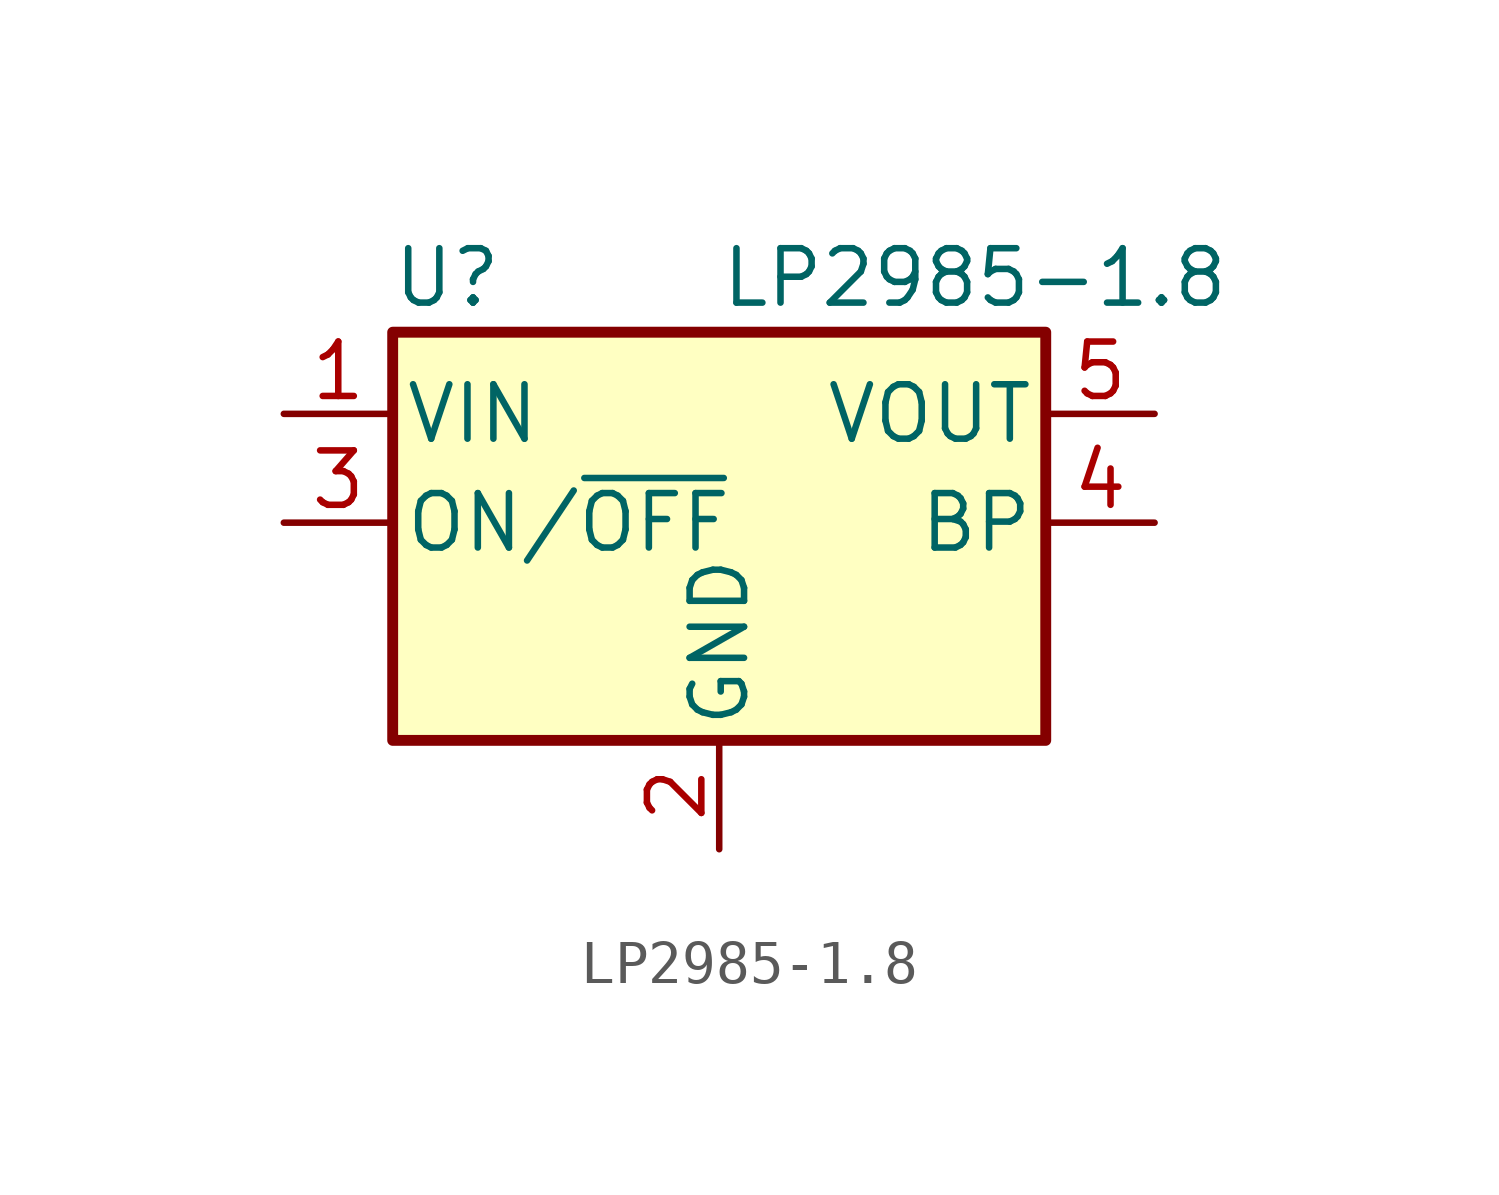
<source format=kicad_sym>
(kicad_symbol_lib
  (version 20231120)
  (generator "kicad_symbol_editor")
  (generator_version "8.0")
  (symbol "LP2985-1.8"
    (pin_names
      (offset 0.254))
    (property "Reference" "U"
      (at -6.35 5.715 0)
      (effects (font (size 1.27 1.27))))
    (property "Value" "LP2985-1.8"
      (at 0 5.715 0)
      (effects (font (size 1.27 1.27)) (justify left)))
    (symbol "LP2985-1.8_0_1"
      (rectangle (start -7.62 -5.08) (end 7.62 4.445) (stroke (width 0.254) (type default)) (fill (type background))))
    (symbol "LP2985-1.8_1_1"
      (pin power_in line (at -10.16 2.54 0) (length 2.54) (name "VIN" (effects (font (size 1.27 1.27)))) (number "1" (effects (font (size 1.27 1.27)))))
      (pin power_in line (at 0 -7.62 90) (length 2.54) (name "GND" (effects (font (size 1.27 1.27)))) (number "2" (effects (font (size 1.27 1.27)))))
      (pin input line (at -10.16 0 0) (length 2.54) (name "ON/~{OFF}" (effects (font (size 1.27 1.27)))) (number "3" (effects (font (size 1.27 1.27)))))
      (pin output line (at 10.16 0 180) (length 2.54) (name "BP" (effects (font (size 1.27 1.27)))) (number "4" (effects (font (size 1.27 1.27)))))
      (pin power_out line (at 10.16 2.54 180) (length 2.54) (name "VOUT" (effects (font (size 1.27 1.27)))) (number "5" (effects (font (size 1.27 1.27))))))))
</source>
